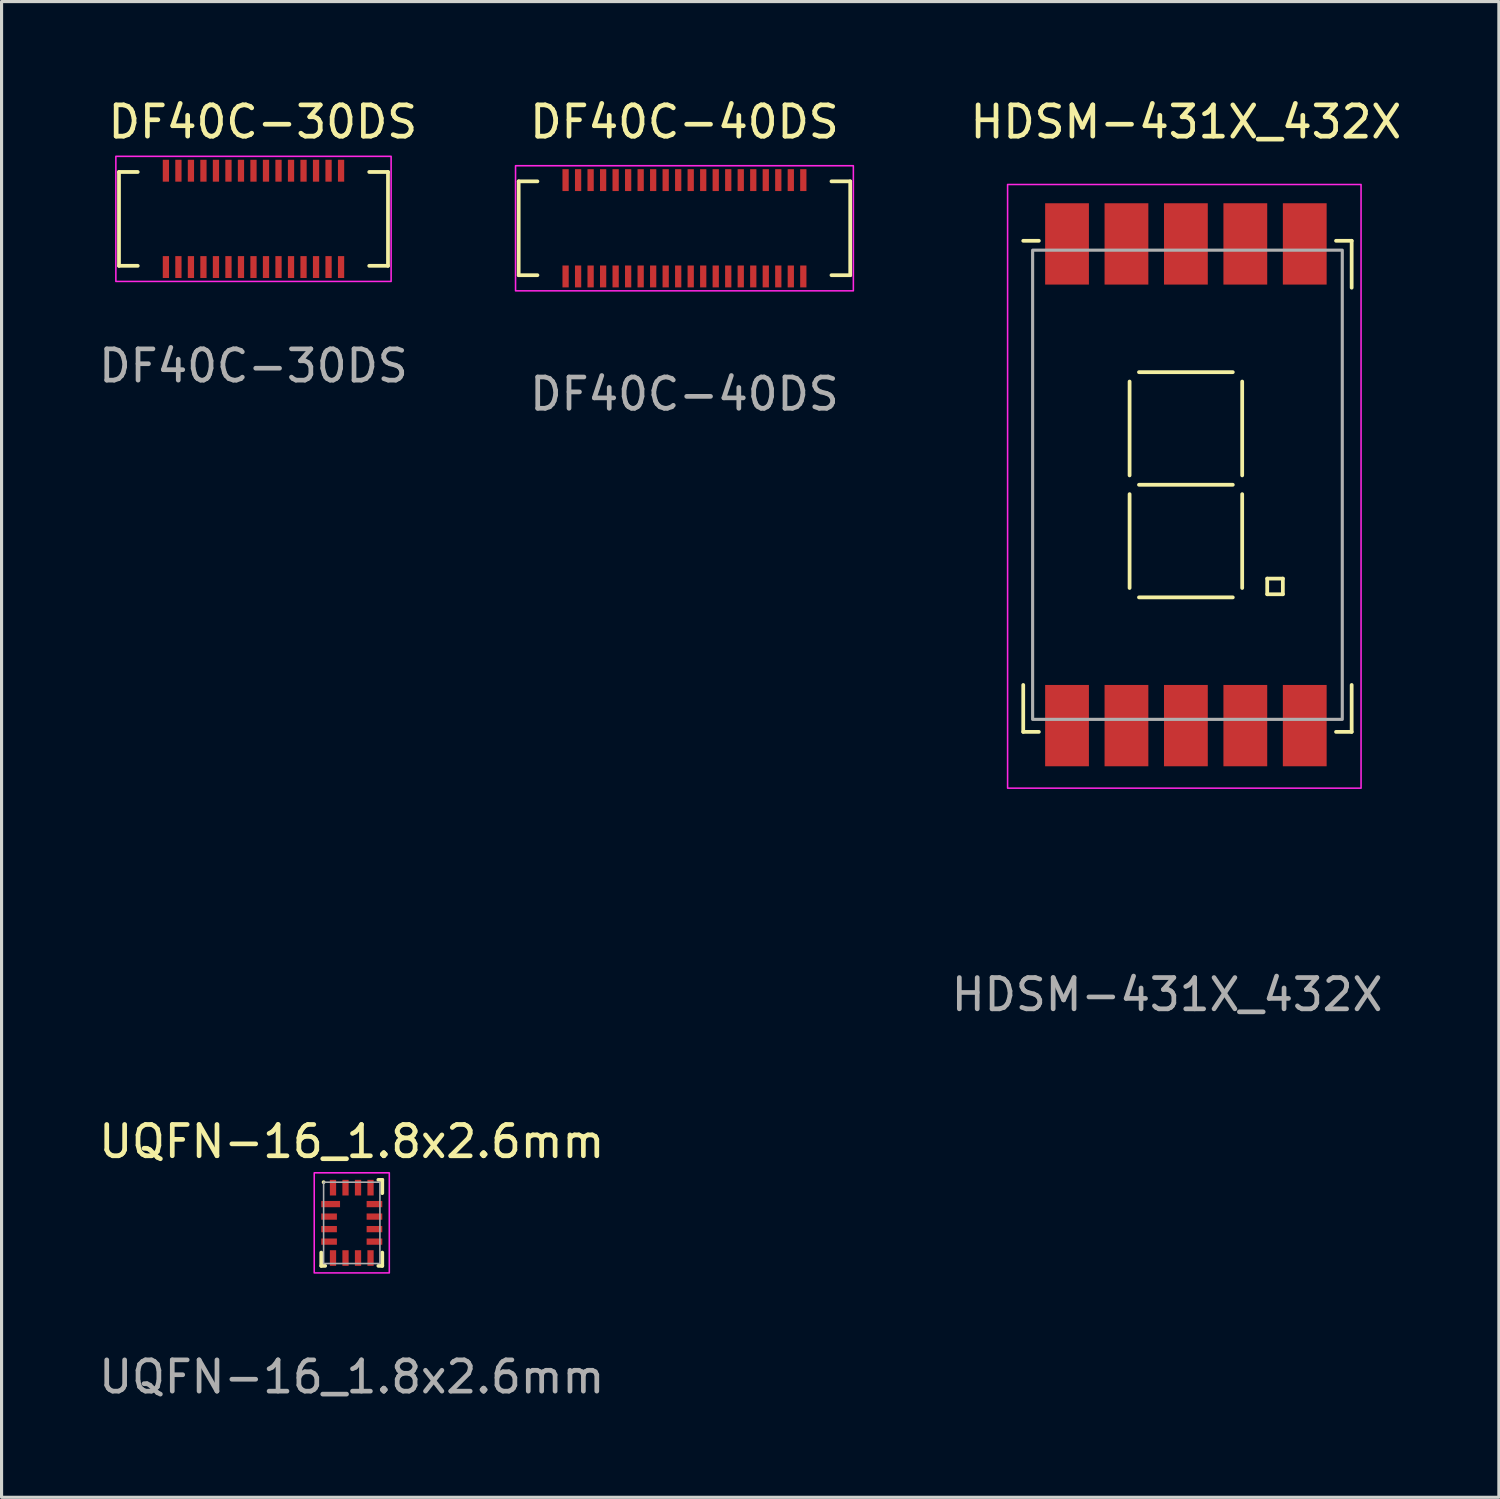
<source format=kicad_pcb>
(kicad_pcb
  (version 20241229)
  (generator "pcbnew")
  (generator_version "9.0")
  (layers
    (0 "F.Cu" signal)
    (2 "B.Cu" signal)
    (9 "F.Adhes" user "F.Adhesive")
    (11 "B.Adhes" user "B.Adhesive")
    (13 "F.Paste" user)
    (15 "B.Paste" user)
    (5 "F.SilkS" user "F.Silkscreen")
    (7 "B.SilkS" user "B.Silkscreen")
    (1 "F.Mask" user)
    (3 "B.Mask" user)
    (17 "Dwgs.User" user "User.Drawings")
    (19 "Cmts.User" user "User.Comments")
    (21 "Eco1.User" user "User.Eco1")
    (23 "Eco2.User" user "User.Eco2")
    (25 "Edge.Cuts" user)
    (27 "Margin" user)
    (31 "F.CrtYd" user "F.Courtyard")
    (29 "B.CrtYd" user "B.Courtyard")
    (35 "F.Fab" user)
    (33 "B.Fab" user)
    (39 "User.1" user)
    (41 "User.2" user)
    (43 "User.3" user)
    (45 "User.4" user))
  (footprint "DF40C-40DS"
    (layer "F.Cu")
    (at 18.832 4.248)
    (property "Reference" "DF40C-40DS" (at 0 -3.4 0) (unlocked yes) (layer "F.SilkS") (effects (font (size 1 1) (thickness 0.15))))
    (attr smd)
    (fp_line (start -5.3 -1.5) (end -5.3 1.5) (stroke (width 0.12) (type default)) (layer "F.SilkS"))
    (fp_line (start -5.3 1.5) (end -4.7 1.5) (stroke (width 0.12) (type default)) (layer "F.SilkS"))
    (fp_line (start -4.7 -1.5) (end -5.3 -1.5) (stroke (width 0.12) (type default)) (layer "F.SilkS"))
    (fp_line (start 4.7 1.5) (end 5.3 1.5) (stroke (width 0.12) (type default)) (layer "F.SilkS"))
    (fp_line (start 5.3 -1.5) (end 4.7 -1.5) (stroke (width 0.12) (type default)) (layer "F.SilkS"))
    (fp_line (start 5.3 1.5) (end 5.3 -1.5) (stroke (width 0.12) (type default)) (layer "F.SilkS"))
    (fp_rect (start -5.4 -2) (end 5.4 2) (stroke (width 0.05) (type default)) (fill no) (layer "F.CrtYd"))
    (fp_text user "${REFERENCE}" (at 0 5.3 0) (unlocked yes) (layer "F.Fab") (effects (font (size 1 1) (thickness 0.15))))
    (pad "1" smd rect (at -3.8 1.54) (size 0.2 0.7) (layers "F.Cu" "F.Mask" "F.Paste"))
    (pad "2" smd rect (at -3.4 1.54) (size 0.2 0.7) (layers "F.Cu" "F.Mask" "F.Paste"))
    (pad "3" smd rect (at -3 1.54) (size 0.2 0.7) (layers "F.Cu" "F.Mask" "F.Paste"))
    (pad "4" smd rect (at -2.6 1.54) (size 0.2 0.7) (layers "F.Cu" "F.Mask" "F.Paste"))
    (pad "5" smd rect (at -2.2 1.54) (size 0.2 0.7) (layers "F.Cu" "F.Mask" "F.Paste"))
    (pad "6" smd rect (at -1.8 1.54) (size 0.2 0.7) (layers "F.Cu" "F.Mask" "F.Paste"))
    (pad "7" smd rect (at -1.4 1.54) (size 0.2 0.7) (layers "F.Cu" "F.Mask" "F.Paste"))
    (pad "8" smd rect (at -1 1.54) (size 0.2 0.7) (layers "F.Cu" "F.Mask" "F.Paste"))
    (pad "9" smd rect (at -0.6 1.54) (size 0.2 0.7) (layers "F.Cu" "F.Mask" "F.Paste"))
    (pad "10" smd rect (at -0.2 1.54) (size 0.2 0.7) (layers "F.Cu" "F.Mask" "F.Paste"))
    (pad "11" smd rect (at 0.2 1.54) (size 0.2 0.7) (layers "F.Cu" "F.Mask" "F.Paste"))
    (pad "12" smd rect (at 0.6 1.54) (size 0.2 0.7) (layers "F.Cu" "F.Mask" "F.Paste"))
    (pad "13" smd rect (at 1 1.54) (size 0.2 0.7) (layers "F.Cu" "F.Mask" "F.Paste"))
    (pad "14" smd rect (at 1.4 1.54) (size 0.2 0.7) (layers "F.Cu" "F.Mask" "F.Paste"))
    (pad "15" smd rect (at 1.8 1.54) (size 0.2 0.7) (layers "F.Cu" "F.Mask" "F.Paste"))
    (pad "16" smd rect (at 2.2 1.54) (size 0.2 0.7) (layers "F.Cu" "F.Mask" "F.Paste"))
    (pad "17" smd rect (at 2.6 1.54) (size 0.2 0.7) (layers "F.Cu" "F.Mask" "F.Paste"))
    (pad "18" smd rect (at 3 1.54) (size 0.2 0.7) (layers "F.Cu" "F.Mask" "F.Paste"))
    (pad "19" smd rect (at 3.4 1.54) (size 0.2 0.7) (layers "F.Cu" "F.Mask" "F.Paste"))
    (pad "20" smd rect (at 3.8 1.54) (size 0.2 0.7) (layers "F.Cu" "F.Mask" "F.Paste"))
    (pad "21" smd rect (at -3.8 -1.54) (size 0.2 0.7) (layers "F.Cu" "F.Mask" "F.Paste"))
    (pad "22" smd rect (at -3.4 -1.54) (size 0.2 0.7) (layers "F.Cu" "F.Mask" "F.Paste"))
    (pad "23" smd rect (at -3 -1.54) (size 0.2 0.7) (layers "F.Cu" "F.Mask" "F.Paste"))
    (pad "24" smd rect (at -2.6 -1.54) (size 0.2 0.7) (layers "F.Cu" "F.Mask" "F.Paste"))
    (pad "25" smd rect (at -2.2 -1.54) (size 0.2 0.7) (layers "F.Cu" "F.Mask" "F.Paste"))
    (pad "26" smd rect (at -1.8 -1.54) (size 0.2 0.7) (layers "F.Cu" "F.Mask" "F.Paste"))
    (pad "27" smd rect (at -1.4 -1.54) (size 0.2 0.7) (layers "F.Cu" "F.Mask" "F.Paste"))
    (pad "28" smd rect (at -1 -1.54) (size 0.2 0.7) (layers "F.Cu" "F.Mask" "F.Paste"))
    (pad "29" smd rect (at -0.6 -1.54) (size 0.2 0.7) (layers "F.Cu" "F.Mask" "F.Paste"))
    (pad "30" smd rect (at -0.2 -1.54) (size 0.2 0.7) (layers "F.Cu" "F.Mask" "F.Paste"))
    (pad "31" smd rect (at 0.2 -1.54) (size 0.2 0.7) (layers "F.Cu" "F.Mask" "F.Paste"))
    (pad "32" smd rect (at 0.6 -1.54) (size 0.2 0.7) (layers "F.Cu" "F.Mask" "F.Paste"))
    (pad "33" smd rect (at 1 -1.54) (size 0.2 0.7) (layers "F.Cu" "F.Mask" "F.Paste"))
    (pad "34" smd rect (at 1.4 -1.54) (size 0.2 0.7) (layers "F.Cu" "F.Mask" "F.Paste"))
    (pad "35" smd rect (at 1.8 -1.54) (size 0.2 0.7) (layers "F.Cu" "F.Mask" "F.Paste"))
    (pad "36" smd rect (at 2.2 -1.54) (size 0.2 0.7) (layers "F.Cu" "F.Mask" "F.Paste"))
    (pad "37" smd rect (at 2.6 -1.54) (size 0.2 0.7) (layers "F.Cu" "F.Mask" "F.Paste"))
    (pad "38" smd rect (at 3 -1.54) (size 0.2 0.7) (layers "F.Cu" "F.Mask" "F.Paste"))
    (pad "39" smd rect (at 3.4 -1.54) (size 0.2 0.7) (layers "F.Cu" "F.Mask" "F.Paste"))
    (pad "40" smd rect (at 3.8 -1.54) (size 0.2 0.7) (layers "F.Cu" "F.Mask" "F.Paste")))
  (footprint "UQFN-16_1.8x2.6mm"
    (layer "F.Cu")
    (at 8.196 36.045)
    (property "Reference" "UQFN-16_1.8x2.6mm" (at 0 -2.6 0) (unlocked yes) (layer "F.SilkS") (effects (font (size 1 1) (thickness 0.15))))
    (attr smd)
    (fp_line (start -0.975 1.375) (end -0.975 0.95) (stroke (width 0.12) (type default)) (layer "F.SilkS"))
    (fp_line (start -0.9 -1.3) (end -0.9 -1.3) (stroke (width 0.12) (type default)) (layer "F.SilkS"))
    (fp_line (start -0.85 1.375) (end -0.975 1.375) (stroke (width 0.12) (type default)) (layer "F.SilkS"))
    (fp_line (start 0.85 -1.375) (end 0.975 -1.375) (stroke (width 0.12) (type default)) (layer "F.SilkS"))
    (fp_line (start 0.85 1.375) (end 0.975 1.375) (stroke (width 0.12) (type default)) (layer "F.SilkS"))
    (fp_line (start 0.975 -1.375) (end 0.975 -0.95) (stroke (width 0.12) (type default)) (layer "F.SilkS"))
    (fp_line (start 0.975 1.375) (end 0.975 0.95) (stroke (width 0.12) (type default)) (layer "F.SilkS"))
    (fp_rect (start -1.2 -1.6) (end 1.2 1.6) (stroke (width 0.05) (type default)) (fill no) (layer "F.CrtYd"))
    (fp_rect (start -0.9 -1.3) (end 0.9 1.3) (stroke (width 0.05) (type default)) (fill no) (layer "F.Fab"))
    (fp_text user "${REFERENCE}" (at 0 4.925 0) (unlocked yes) (layer "F.Fab") (effects (font (size 1 1) (thickness 0.15))))
    (pad "1" smd rect (at -0.675 -0.6) (size 0.6 0.2) (layers "F.Cu" "F.Mask" "F.Paste"))
    (pad "2" smd rect (at -0.725 -0.2) (size 0.5 0.2) (layers "F.Cu" "F.Mask" "F.Paste"))
    (pad "3" smd rect (at -0.725 0.2) (size 0.5 0.2) (layers "F.Cu" "F.Mask" "F.Paste"))
    (pad "4" smd rect (at -0.725 0.6) (size 0.5 0.2) (layers "F.Cu" "F.Mask" "F.Paste"))
    (pad "5" smd rect (at -0.6 1.125 90) (size 0.5 0.2) (layers "F.Cu" "F.Mask" "F.Paste"))
    (pad "6" smd rect (at -0.2 1.125 90) (size 0.5 0.2) (layers "F.Cu" "F.Mask" "F.Paste"))
    (pad "7" smd rect (at 0.2 1.125 90) (size 0.5 0.2) (layers "F.Cu" "F.Mask" "F.Paste"))
    (pad "8" smd rect (at 0.6 1.125 90) (size 0.5 0.2) (layers "F.Cu" "F.Mask" "F.Paste"))
    (pad "9" smd rect (at 0.725 0.6 180) (size 0.5 0.2) (layers "F.Cu" "F.Mask" "F.Paste"))
    (pad "10" smd rect (at 0.725 0.2 180) (size 0.5 0.2) (layers "F.Cu" "F.Mask" "F.Paste"))
    (pad "11" smd rect (at 0.725 -0.2 180) (size 0.5 0.2) (layers "F.Cu" "F.Mask" "F.Paste"))
    (pad "12" smd rect (at 0.725 -0.6 180) (size 0.5 0.2) (layers "F.Cu" "F.Mask" "F.Paste"))
    (pad "13" smd rect (at 0.6 -1.125 270) (size 0.5 0.2) (layers "F.Cu" "F.Mask" "F.Paste"))
    (pad "14" smd rect (at 0.2 -1.125 270) (size 0.5 0.2) (layers "F.Cu" "F.Mask" "F.Paste"))
    (pad "15" smd rect (at -0.2 -1.125 270) (size 0.5 0.2) (layers "F.Cu" "F.Mask" "F.Paste"))
    (pad "16" smd rect (at -0.6 -1.125 270) (size 0.5 0.2) (layers "F.Cu" "F.Mask" "F.Paste")))
  (footprint "DF40C-30DS"
    (layer "F.Cu")
    (at 5.054 3.948)
    (property "Reference" "DF40C-30DS" (at 0.3 -3.1 0) (unlocked yes) (layer "F.SilkS") (effects (font (size 1 1) (thickness 0.15))))
    (attr smd)
    (fp_line (start -4.3 -1.5) (end -4.3 1.5) (stroke (width 0.12) (type default)) (layer "F.SilkS"))
    (fp_line (start -4.3 1.5) (end -3.7 1.5) (stroke (width 0.12) (type default)) (layer "F.SilkS"))
    (fp_line (start -3.7 -1.5) (end -4.3 -1.5) (stroke (width 0.12) (type default)) (layer "F.SilkS"))
    (fp_line (start 3.7 1.5) (end 4.3 1.5) (stroke (width 0.12) (type default)) (layer "F.SilkS"))
    (fp_line (start 4.3 -1.5) (end 3.7 -1.5) (stroke (width 0.12) (type default)) (layer "F.SilkS"))
    (fp_line (start 4.3 1.5) (end 4.3 -1.5) (stroke (width 0.12) (type default)) (layer "F.SilkS"))
    (fp_rect (start -4.4 -2) (end 4.4 2) (stroke (width 0.05) (type default)) (fill no) (layer "F.CrtYd"))
    (fp_text user "${REFERENCE}" (at 0 4.7 0) (unlocked yes) (layer "F.Fab") (effects (font (size 1 1) (thickness 0.15))))
    (pad "1" smd rect (at -2.8 1.54) (size 0.2 0.7) (layers "F.Cu" "F.Mask" "F.Paste"))
    (pad "2" smd rect (at -2.4 1.54) (size 0.2 0.7) (layers "F.Cu" "F.Mask" "F.Paste"))
    (pad "3" smd rect (at -2 1.54) (size 0.2 0.7) (layers "F.Cu" "F.Mask" "F.Paste"))
    (pad "4" smd rect (at -1.6 1.54) (size 0.2 0.7) (layers "F.Cu" "F.Mask" "F.Paste"))
    (pad "5" smd rect (at -1.2 1.54) (size 0.2 0.7) (layers "F.Cu" "F.Mask" "F.Paste"))
    (pad "6" smd rect (at -0.8 1.54) (size 0.2 0.7) (layers "F.Cu" "F.Mask" "F.Paste"))
    (pad "7" smd rect (at -0.4 1.54) (size 0.2 0.7) (layers "F.Cu" "F.Mask" "F.Paste"))
    (pad "8" smd rect (at 0 1.54) (size 0.2 0.7) (layers "F.Cu" "F.Mask" "F.Paste"))
    (pad "9" smd rect (at 0.4 1.54) (size 0.2 0.7) (layers "F.Cu" "F.Mask" "F.Paste"))
    (pad "10" smd rect (at 0.8 1.54) (size 0.2 0.7) (layers "F.Cu" "F.Mask" "F.Paste"))
    (pad "11" smd rect (at 1.2 1.54) (size 0.2 0.7) (layers "F.Cu" "F.Mask" "F.Paste"))
    (pad "12" smd rect (at 1.6 1.54) (size 0.2 0.7) (layers "F.Cu" "F.Mask" "F.Paste"))
    (pad "13" smd rect (at 2 1.54) (size 0.2 0.7) (layers "F.Cu" "F.Mask" "F.Paste"))
    (pad "14" smd rect (at 2.4 1.54) (size 0.2 0.7) (layers "F.Cu" "F.Mask" "F.Paste"))
    (pad "15" smd rect (at 2.8 1.54) (size 0.2 0.7) (layers "F.Cu" "F.Mask" "F.Paste"))
    (pad "16" smd rect (at -2.8 -1.54) (size 0.2 0.7) (layers "F.Cu" "F.Mask" "F.Paste"))
    (pad "17" smd rect (at -2.4 -1.54) (size 0.2 0.7) (layers "F.Cu" "F.Mask" "F.Paste"))
    (pad "18" smd rect (at -2 -1.54) (size 0.2 0.7) (layers "F.Cu" "F.Mask" "F.Paste"))
    (pad "19" smd rect (at -1.6 -1.54) (size 0.2 0.7) (layers "F.Cu" "F.Mask" "F.Paste"))
    (pad "20" smd rect (at -1.2 -1.54) (size 0.2 0.7) (layers "F.Cu" "F.Mask" "F.Paste"))
    (pad "21" smd rect (at -0.8 -1.54) (size 0.2 0.7) (layers "F.Cu" "F.Mask" "F.Paste"))
    (pad "22" smd rect (at -0.4 -1.54) (size 0.2 0.7) (layers "F.Cu" "F.Mask" "F.Paste"))
    (pad "23" smd rect (at 0 -1.54) (size 0.2 0.7) (layers "F.Cu" "F.Mask" "F.Paste"))
    (pad "24" smd rect (at 0.4 -1.54) (size 0.2 0.7) (layers "F.Cu" "F.Mask" "F.Paste"))
    (pad "25" smd rect (at 0.8 -1.54) (size 0.2 0.7) (layers "F.Cu" "F.Mask" "F.Paste"))
    (pad "26" smd rect (at 1.2 -1.54) (size 0.2 0.7) (layers "F.Cu" "F.Mask" "F.Paste"))
    (pad "27" smd rect (at 1.6 -1.54) (size 0.2 0.7) (layers "F.Cu" "F.Mask" "F.Paste"))
    (pad "28" smd rect (at 2 -1.54) (size 0.2 0.7) (layers "F.Cu" "F.Mask" "F.Paste"))
    (pad "29" smd rect (at 2.4 -1.54) (size 0.2 0.7) (layers "F.Cu" "F.Mask" "F.Paste"))
    (pad "30" smd rect (at 2.8 -1.54) (size 0.2 0.7) (layers "F.Cu" "F.Mask" "F.Paste")))
  (footprint "HDSM-431X_432X"
    (layer "F.Cu")
    (at 34.863 12.448)
    (property "Reference" "HDSM-431X_432X" (at 0 -11.6 0) (unlocked yes) (layer "F.SilkS") (effects (font (size 1 1) (thickness 0.15))))
    (attr smd)
    (fp_line (start -5.2 -7.8) (end -4.7 -7.8) (stroke (width 0.12) (type default)) (layer "F.SilkS"))
    (fp_line (start -5.2 7.9) (end -5.2 6.4) (stroke (width 0.12) (type default)) (layer "F.SilkS"))
    (fp_line (start -4.7 7.9) (end -5.2 7.9) (stroke (width 0.12) (type default)) (layer "F.SilkS"))
    (fp_line (start -1.8 -3.3) (end -1.8 -0.3) (stroke (width 0.12) (type default)) (layer "F.SilkS"))
    (fp_line (start -1.8 0.3) (end -1.8 3.3) (stroke (width 0.12) (type default)) (layer "F.SilkS"))
    (fp_line (start -1.5 -3.6) (end 1.5 -3.6) (stroke (width 0.12) (type default)) (layer "F.SilkS"))
    (fp_line (start 1.5 0) (end -1.5 0) (stroke (width 0.12) (type default)) (layer "F.SilkS"))
    (fp_line (start 1.5 3.6) (end -1.5 3.6) (stroke (width 0.12) (type default)) (layer "F.SilkS"))
    (fp_line (start 1.8 -0.3) (end 1.8 -3.3) (stroke (width 0.12) (type default)) (layer "F.SilkS"))
    (fp_line (start 1.8 3.3) (end 1.8 0.3) (stroke (width 0.12) (type default)) (layer "F.SilkS"))
    (fp_line (start 2.6 3) (end 2.6 3.5) (stroke (width 0.12) (type default)) (layer "F.SilkS"))
    (fp_line (start 2.6 3.5) (end 3.1 3.5) (stroke (width 0.12) (type default)) (layer "F.SilkS"))
    (fp_line (start 3.1 3) (end 2.6 3) (stroke (width 0.12) (type default)) (layer "F.SilkS"))
    (fp_line (start 3.1 3.5) (end 3.1 3) (stroke (width 0.12) (type default)) (layer "F.SilkS"))
    (fp_line (start 4.8 -7.8) (end 5.3 -7.8) (stroke (width 0.12) (type default)) (layer "F.SilkS"))
    (fp_line (start 4.8 7.9) (end 5.3 7.9) (stroke (width 0.12) (type default)) (layer "F.SilkS"))
    (fp_line (start 5.3 -7.8) (end 5.3 -6.3) (stroke (width 0.12) (type default)) (layer "F.SilkS"))
    (fp_line (start 5.3 7.9) (end 5.3 6.4) (stroke (width 0.12) (type default)) (layer "F.SilkS"))
    (fp_rect (start -5.7 -9.6) (end 5.6 9.7) (stroke (width 0.05) (type default)) (fill no) (layer "F.CrtYd"))
    (fp_rect (start -4.9 -7.5) (end 5 7.5) (stroke (width 0.1) (type default)) (fill no) (layer "F.Fab"))
    (fp_text user "${REFERENCE}" (at -0.6 16.3 0) (unlocked yes) (layer "F.Fab") (effects (font (size 1 1) (thickness 0.15))))
    (pad "1" smd rect (at -3.8 7.7) (size 1.4 2.6) (layers "F.Cu" "F.Mask" "F.Paste"))
    (pad "2" smd rect (at -1.9 7.7) (size 1.4 2.6) (layers "F.Cu" "F.Mask" "F.Paste"))
    (pad "3" smd rect (at 0 7.7) (size 1.4 2.6) (layers "F.Cu" "F.Mask" "F.Paste"))
    (pad "4" smd rect (at 1.9 7.7) (size 1.4 2.6) (layers "F.Cu" "F.Mask" "F.Paste"))
    (pad "5" smd rect (at 3.8 7.7) (size 1.4 2.6) (layers "F.Cu" "F.Mask" "F.Paste"))
    (pad "6" smd rect (at 3.8 -7.7) (size 1.4 2.6) (layers "F.Cu" "F.Mask" "F.Paste"))
    (pad "7" smd rect (at 1.9 -7.7) (size 1.4 2.6) (layers "F.Cu" "F.Mask" "F.Paste"))
    (pad "8" smd rect (at 0 -7.7) (size 1.4 2.6) (layers "F.Cu" "F.Mask" "F.Paste"))
    (pad "9" smd rect (at -1.9 -7.7) (size 1.4 2.6) (layers "F.Cu" "F.Mask" "F.Paste"))
    (pad "10" smd rect (at -3.8 -7.7) (size 1.4 2.6) (layers "F.Cu" "F.Mask" "F.Paste")))
  (gr_rect
    (start -3 -3)
    (end 44.869 44.818)
    (stroke (width 0.1) (type default))
    (fill no)
    (layer "Edge.Cuts")))
</source>
